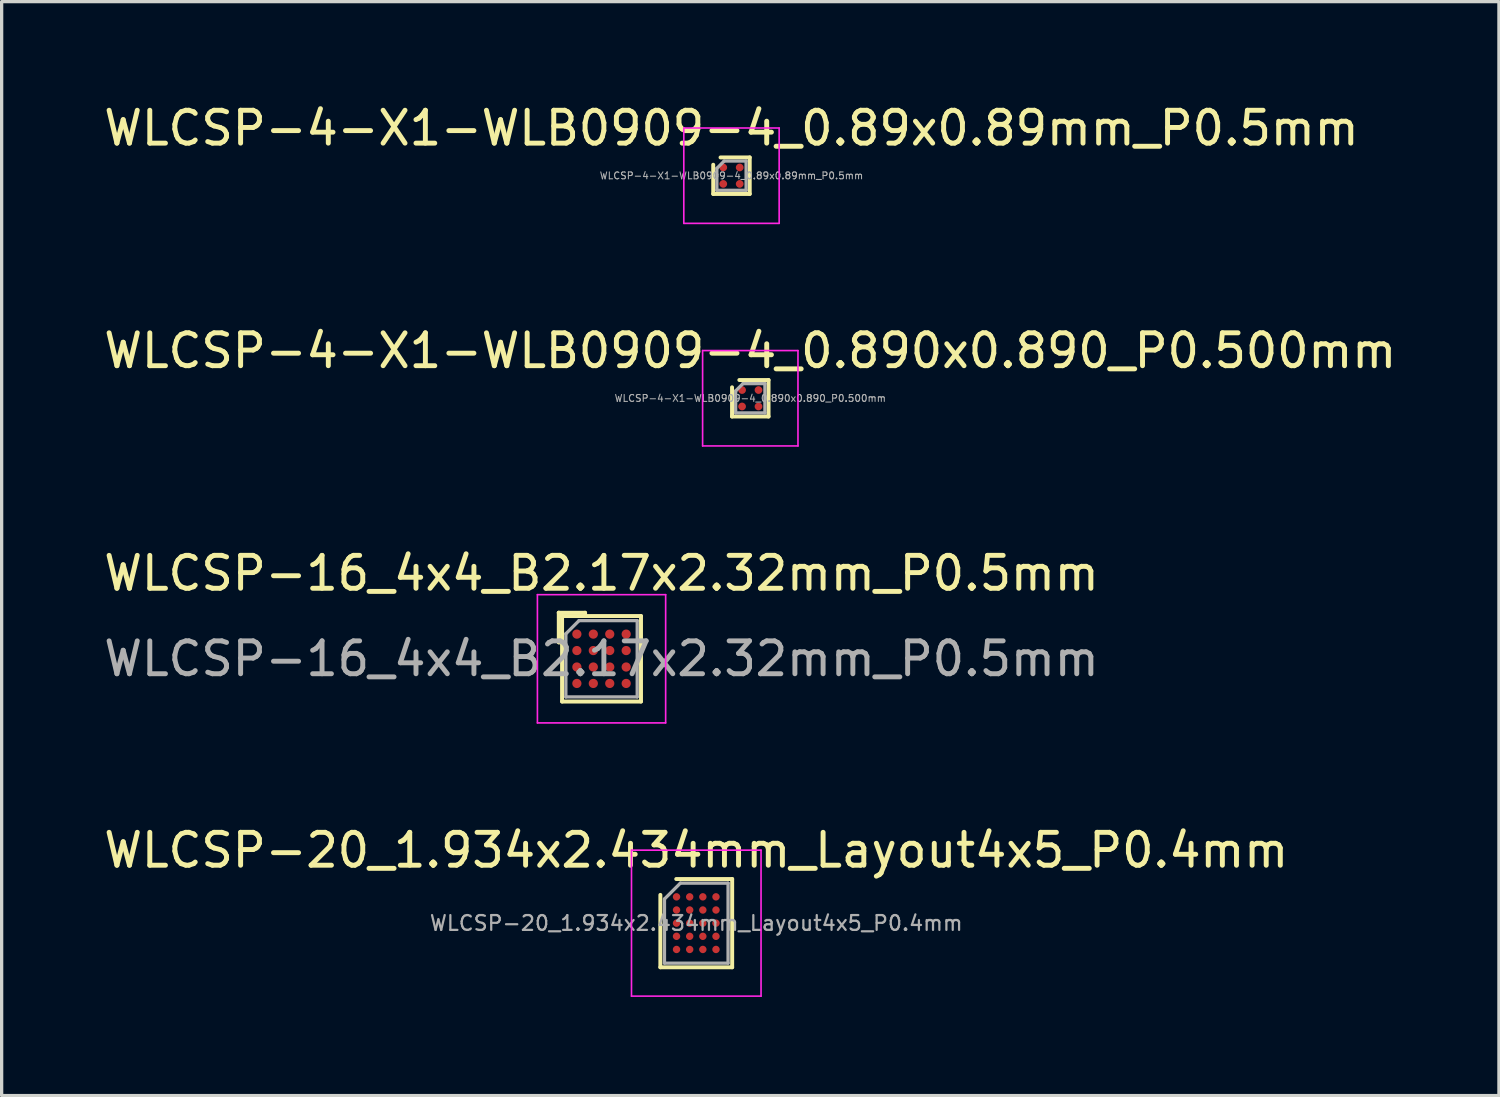
<source format=kicad_pcb>
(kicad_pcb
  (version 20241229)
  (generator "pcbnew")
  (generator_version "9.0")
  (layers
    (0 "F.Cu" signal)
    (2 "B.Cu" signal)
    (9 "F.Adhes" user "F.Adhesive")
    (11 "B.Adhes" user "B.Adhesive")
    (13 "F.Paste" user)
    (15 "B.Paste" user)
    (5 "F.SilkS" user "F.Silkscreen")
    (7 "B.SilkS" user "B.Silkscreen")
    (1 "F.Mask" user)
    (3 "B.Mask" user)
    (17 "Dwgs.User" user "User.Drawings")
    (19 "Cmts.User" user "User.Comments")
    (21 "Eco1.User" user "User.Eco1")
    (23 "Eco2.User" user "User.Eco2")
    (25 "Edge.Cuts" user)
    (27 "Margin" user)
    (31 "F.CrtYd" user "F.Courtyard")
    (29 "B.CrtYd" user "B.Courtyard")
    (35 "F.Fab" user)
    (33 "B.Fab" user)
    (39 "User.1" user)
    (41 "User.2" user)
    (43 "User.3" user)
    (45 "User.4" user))
  (footprint "WLCSP-4-X1-WLB0909-4_0.890x0.890_P0.500mm"
    (layer "F.Cu")
    (at 19.768 9.062)
    (property "Reference" "WLCSP-4-X1-WLB0909-4_0.890x0.890_P0.500mm" (at 0 -1.445 0) (layer "F.SilkS") (effects (font (size 1 1) (thickness 0.15))))
    (attr smd)
    (fp_line (start -0.555 0.555) (end -0.555 -0.333) (stroke (width 0.12) (type solid)) (layer "F.SilkS"))
    (fp_line (start -0.333 -0.555) (end 0.555 -0.555) (stroke (width 0.12) (type solid)) (layer "F.SilkS"))
    (fp_line (start 0.555 -0.555) (end 0.555 0.555) (stroke (width 0.12) (type solid)) (layer "F.SilkS"))
    (fp_line (start 0.555 0.555) (end -0.555 0.555) (stroke (width 0.12) (type solid)) (layer "F.SilkS"))
    (fp_line (start -1.45 -1.45) (end -1.45 1.45) (stroke (width 0.05) (type solid)) (layer "F.CrtYd"))
    (fp_line (start -1.45 1.45) (end 1.45 1.45) (stroke (width 0.05) (type solid)) (layer "F.CrtYd"))
    (fp_line (start 1.45 -1.45) (end -1.45 -1.45) (stroke (width 0.05) (type solid)) (layer "F.CrtYd"))
    (fp_line (start 1.45 1.45) (end 1.45 -1.45) (stroke (width 0.05) (type solid)) (layer "F.CrtYd"))
    (fp_line (start -0.445 -0.223) (end -0.223 -0.445) (stroke (width 0.1) (type solid)) (layer "F.Fab"))
    (fp_line (start -0.445 0.445) (end -0.445 -0.223) (stroke (width 0.1) (type solid)) (layer "F.Fab"))
    (fp_line (start -0.223 -0.445) (end 0.445 -0.445) (stroke (width 0.1) (type solid)) (layer "F.Fab"))
    (fp_line (start 0.445 -0.445) (end 0.445 0.445) (stroke (width 0.1) (type solid)) (layer "F.Fab"))
    (fp_line (start 0.445 0.445) (end -0.445 0.445) (stroke (width 0.1) (type solid)) (layer "F.Fab"))
    (fp_text user "${REFERENCE}" (at 0 0 0) (layer "F.Fab") (effects (font (size 0.21 0.21) (thickness 0.032))))
    (pad "A1" smd circle (at -0.25 -0.25) (size 0.235 0.235) (layers "F.Cu" "F.Mask" "F.Paste"))
    (pad "A2" smd circle (at 0.25 -0.25) (size 0.235 0.235) (layers "F.Cu" "F.Mask" "F.Paste"))
    (pad "B1" smd circle (at -0.25 0.25) (size 0.235 0.235) (layers "F.Cu" "F.Mask" "F.Paste"))
    (pad "B2" smd circle (at 0.25 0.25) (size 0.235 0.235) (layers "F.Cu" "F.Mask" "F.Paste")))
  (footprint "WLCSP-20_1.934x2.434mm_Layout4x5_P0.4mm"
    (layer "F.Cu")
    (at 18.125 25.025)
    (property "Reference" "WLCSP-20_1.934x2.434mm_Layout4x5_P0.4mm" (at 0 -2.217 0) (layer "F.SilkS") (effects (font (size 1 1) (thickness 0.15))))
    (attr smd)
    (fp_line (start -1.092 1.342) (end -1.092 -0.859) (stroke (width 0.12) (type solid)) (layer "F.SilkS"))
    (fp_line (start -0.609 -1.342) (end 1.092 -1.342) (stroke (width 0.12) (type solid)) (layer "F.SilkS"))
    (fp_line (start 1.092 -1.342) (end 1.092 1.342) (stroke (width 0.12) (type solid)) (layer "F.SilkS"))
    (fp_line (start 1.092 1.342) (end -1.092 1.342) (stroke (width 0.12) (type solid)) (layer "F.SilkS"))
    (fp_line (start -1.97 -2.22) (end -1.97 2.22) (stroke (width 0.05) (type solid)) (layer "F.CrtYd"))
    (fp_line (start -1.97 2.22) (end 1.97 2.22) (stroke (width 0.05) (type solid)) (layer "F.CrtYd"))
    (fp_line (start 1.97 -2.22) (end -1.97 -2.22) (stroke (width 0.05) (type solid)) (layer "F.CrtYd"))
    (fp_line (start 1.97 2.22) (end 1.97 -2.22) (stroke (width 0.05) (type solid)) (layer "F.CrtYd"))
    (fp_line (start -0.967 -0.734) (end -0.483 -1.217) (stroke (width 0.1) (type solid)) (layer "F.Fab"))
    (fp_line (start -0.967 1.217) (end -0.967 -0.734) (stroke (width 0.1) (type solid)) (layer "F.Fab"))
    (fp_line (start -0.483 -1.217) (end 0.967 -1.217) (stroke (width 0.1) (type solid)) (layer "F.Fab"))
    (fp_line (start 0.967 -1.217) (end 0.967 1.217) (stroke (width 0.1) (type solid)) (layer "F.Fab"))
    (fp_line (start 0.967 1.217) (end -0.967 1.217) (stroke (width 0.1) (type solid)) (layer "F.Fab"))
    (fp_text user "${REFERENCE}" (at 0 0 0) (layer "F.Fab") (effects (font (size 0.45 0.45) (thickness 0.068))))
    (pad "A1" smd circle (at -0.6 -0.8) (size 0.225 0.225) (layers "F.Cu" "F.Mask" "F.Paste"))
    (pad "A2" smd circle (at -0.2 -0.8) (size 0.225 0.225) (layers "F.Cu" "F.Mask" "F.Paste"))
    (pad "A3" smd circle (at 0.2 -0.8) (size 0.225 0.225) (layers "F.Cu" "F.Mask" "F.Paste"))
    (pad "A4" smd circle (at 0.6 -0.8) (size 0.225 0.225) (layers "F.Cu" "F.Mask" "F.Paste"))
    (pad "B1" smd circle (at -0.6 -0.4) (size 0.225 0.225) (layers "F.Cu" "F.Mask" "F.Paste"))
    (pad "B2" smd circle (at -0.2 -0.4) (size 0.225 0.225) (layers "F.Cu" "F.Mask" "F.Paste"))
    (pad "B3" smd circle (at 0.2 -0.4) (size 0.225 0.225) (layers "F.Cu" "F.Mask" "F.Paste"))
    (pad "B4" smd circle (at 0.6 -0.4) (size 0.225 0.225) (layers "F.Cu" "F.Mask" "F.Paste"))
    (pad "C1" smd circle (at -0.6 0) (size 0.225 0.225) (layers "F.Cu" "F.Mask" "F.Paste"))
    (pad "C2" smd circle (at -0.2 0) (size 0.225 0.225) (layers "F.Cu" "F.Mask" "F.Paste"))
    (pad "C3" smd circle (at 0.2 0) (size 0.225 0.225) (layers "F.Cu" "F.Mask" "F.Paste"))
    (pad "C4" smd circle (at 0.6 0) (size 0.225 0.225) (layers "F.Cu" "F.Mask" "F.Paste"))
    (pad "D1" smd circle (at -0.6 0.4) (size 0.225 0.225) (layers "F.Cu" "F.Mask" "F.Paste"))
    (pad "D2" smd circle (at -0.2 0.4) (size 0.225 0.225) (layers "F.Cu" "F.Mask" "F.Paste"))
    (pad "D3" smd circle (at 0.2 0.4) (size 0.225 0.225) (layers "F.Cu" "F.Mask" "F.Paste"))
    (pad "D4" smd circle (at 0.6 0.4) (size 0.225 0.225) (layers "F.Cu" "F.Mask" "F.Paste"))
    (pad "E1" smd circle (at -0.6 0.8) (size 0.225 0.225) (layers "F.Cu" "F.Mask" "F.Paste"))
    (pad "E2" smd circle (at -0.2 0.8) (size 0.225 0.225) (layers "F.Cu" "F.Mask" "F.Paste"))
    (pad "E3" smd circle (at 0.2 0.8) (size 0.225 0.225) (layers "F.Cu" "F.Mask" "F.Paste"))
    (pad "E4" smd circle (at 0.6 0.8) (size 0.225 0.225) (layers "F.Cu" "F.Mask" "F.Paste")))
  (footprint "WLCSP-4-X1-WLB0909-4_0.89x0.89mm_P0.5mm"
    (layer "F.Cu")
    (at 19.196 2.293)
    (property "Reference" "WLCSP-4-X1-WLB0909-4_0.89x0.89mm_P0.5mm" (at 0 -1.445 0) (layer "F.SilkS") (effects (font (size 1 1) (thickness 0.15))))
    (attr smd)
    (fp_line (start -0.555 0.555) (end -0.555 -0.333) (stroke (width 0.12) (type solid)) (layer "F.SilkS"))
    (fp_line (start -0.333 -0.555) (end 0.555 -0.555) (stroke (width 0.12) (type solid)) (layer "F.SilkS"))
    (fp_line (start 0.555 -0.555) (end 0.555 0.555) (stroke (width 0.12) (type solid)) (layer "F.SilkS"))
    (fp_line (start 0.555 0.555) (end -0.555 0.555) (stroke (width 0.12) (type solid)) (layer "F.SilkS"))
    (fp_line (start -1.45 -1.45) (end -1.45 1.45) (stroke (width 0.05) (type solid)) (layer "F.CrtYd"))
    (fp_line (start -1.45 1.45) (end 1.45 1.45) (stroke (width 0.05) (type solid)) (layer "F.CrtYd"))
    (fp_line (start 1.45 -1.45) (end -1.45 -1.45) (stroke (width 0.05) (type solid)) (layer "F.CrtYd"))
    (fp_line (start 1.45 1.45) (end 1.45 -1.45) (stroke (width 0.05) (type solid)) (layer "F.CrtYd"))
    (fp_line (start -0.445 -0.223) (end -0.223 -0.445) (stroke (width 0.1) (type solid)) (layer "F.Fab"))
    (fp_line (start -0.445 0.445) (end -0.445 -0.223) (stroke (width 0.1) (type solid)) (layer "F.Fab"))
    (fp_line (start -0.223 -0.445) (end 0.445 -0.445) (stroke (width 0.1) (type solid)) (layer "F.Fab"))
    (fp_line (start 0.445 -0.445) (end 0.445 0.445) (stroke (width 0.1) (type solid)) (layer "F.Fab"))
    (fp_line (start 0.445 0.445) (end -0.445 0.445) (stroke (width 0.1) (type solid)) (layer "F.Fab"))
    (fp_text user "${REFERENCE}" (at 0 0 0) (layer "F.Fab") (effects (font (size 0.21 0.21) (thickness 0.032))))
    (pad "A1" smd circle (at -0.25 -0.25) (size 0.235 0.235) (layers "F.Cu" "F.Mask" "F.Paste"))
    (pad "A2" smd circle (at 0.25 -0.25) (size 0.235 0.235) (layers "F.Cu" "F.Mask" "F.Paste"))
    (pad "B1" smd circle (at -0.25 0.25) (size 0.235 0.235) (layers "F.Cu" "F.Mask" "F.Paste"))
    (pad "B2" smd circle (at 0.25 0.25) (size 0.235 0.235) (layers "F.Cu" "F.Mask" "F.Paste")))
  (footprint "WLCSP-16_4x4_B2.17x2.32mm_P0.5mm"
    (layer "F.Cu")
    (at 15.244 16.985)
    (property "Reference" "WLCSP-16_4x4_B2.17x2.32mm_P0.5mm" (at 0 -2.6 0) (layer "F.SilkS") (effects (font (size 1 1) (thickness 0.15))))
    (attr smd)
    (fp_line (start -1.3 -1.4) (end -1.3 -0.5) (stroke (width 0.12) (type solid)) (layer "F.SilkS"))
    (fp_line (start -1.3 -0.5) (end -1.2 -0.5) (stroke (width 0.12) (type solid)) (layer "F.SilkS"))
    (fp_line (start -1.2 -1.3) (end -1.3 -1.4) (stroke (width 0.12) (type solid)) (layer "F.SilkS"))
    (fp_line (start -1.2 -1.3) (end 1.2 -1.3) (stroke (width 0.12) (type solid)) (layer "F.SilkS"))
    (fp_line (start -1.2 1.3) (end -1.2 -1.3) (stroke (width 0.12) (type solid)) (layer "F.SilkS"))
    (fp_line (start -0.5 -1.4) (end -1.3 -1.4) (stroke (width 0.12) (type solid)) (layer "F.SilkS"))
    (fp_line (start -0.5 -1.3) (end -0.5 -1.4) (stroke (width 0.12) (type solid)) (layer "F.SilkS"))
    (fp_line (start 1.2 -1.3) (end 1.2 1.3) (stroke (width 0.12) (type solid)) (layer "F.SilkS"))
    (fp_line (start 1.2 1.3) (end -1.2 1.3) (stroke (width 0.12) (type solid)) (layer "F.SilkS"))
    (fp_line (start -1.95 -1.95) (end -1.95 1.95) (stroke (width 0.05) (type solid)) (layer "F.CrtYd"))
    (fp_line (start -1.95 -1.95) (end 1.95 -1.95) (stroke (width 0.05) (type solid)) (layer "F.CrtYd"))
    (fp_line (start 1.95 1.95) (end -1.95 1.95) (stroke (width 0.05) (type solid)) (layer "F.CrtYd"))
    (fp_line (start 1.95 1.95) (end 1.95 -1.95) (stroke (width 0.05) (type solid)) (layer "F.CrtYd"))
    (fp_line (start -1.085 -0.76) (end -0.685 -1.16) (stroke (width 0.1) (type solid)) (layer "F.Fab"))
    (fp_line (start -1.085 1.16) (end -1.085 -0.76) (stroke (width 0.1) (type solid)) (layer "F.Fab"))
    (fp_line (start -0.685 -1.16) (end 1.085 -1.16) (stroke (width 0.1) (type solid)) (layer "F.Fab"))
    (fp_line (start 1.085 -1.16) (end 1.085 1.16) (stroke (width 0.1) (type solid)) (layer "F.Fab"))
    (fp_line (start 1.085 1.16) (end -1.085 1.16) (stroke (width 0.1) (type solid)) (layer "F.Fab"))
    (fp_text user "${REFERENCE}" (at 0 0 0) (layer "F.Fab") (effects (font (size 1 1) (thickness 0.15))))
    (pad "A1" smd circle (at -0.75 -0.75) (size 0.28 0.28) (layers "F.Cu" "F.Mask" "F.Paste"))
    (pad "A2" smd circle (at -0.25 -0.75) (size 0.28 0.28) (layers "F.Cu" "F.Mask" "F.Paste"))
    (pad "A3" smd circle (at 0.25 -0.75) (size 0.28 0.28) (layers "F.Cu" "F.Mask" "F.Paste"))
    (pad "A4" smd circle (at 0.75 -0.75) (size 0.28 0.28) (layers "F.Cu" "F.Mask" "F.Paste"))
    (pad "B1" smd circle (at -0.75 -0.25) (size 0.28 0.28) (layers "F.Cu" "F.Mask" "F.Paste"))
    (pad "B2" smd circle (at -0.25 -0.25) (size 0.28 0.28) (layers "F.Cu" "F.Mask" "F.Paste"))
    (pad "B3" smd circle (at 0.25 -0.25) (size 0.28 0.28) (layers "F.Cu" "F.Mask" "F.Paste"))
    (pad "B4" smd circle (at 0.75 -0.25) (size 0.28 0.28) (layers "F.Cu" "F.Mask" "F.Paste"))
    (pad "C1" smd circle (at -0.75 0.25) (size 0.28 0.28) (layers "F.Cu" "F.Mask" "F.Paste"))
    (pad "C2" smd circle (at -0.25 0.25) (size 0.28 0.28) (layers "F.Cu" "F.Mask" "F.Paste"))
    (pad "C3" smd circle (at 0.25 0.25) (size 0.28 0.28) (layers "F.Cu" "F.Mask" "F.Paste"))
    (pad "C4" smd circle (at 0.75 0.25) (size 0.28 0.28) (layers "F.Cu" "F.Mask" "F.Paste"))
    (pad "D1" smd circle (at -0.75 0.75) (size 0.28 0.28) (layers "F.Cu" "F.Mask" "F.Paste"))
    (pad "D2" smd circle (at -0.25 0.75) (size 0.28 0.28) (layers "F.Cu" "F.Mask" "F.Paste"))
    (pad "D3" smd circle (at 0.25 0.75) (size 0.28 0.28) (layers "F.Cu" "F.Mask" "F.Paste"))
    (pad "D4" smd circle (at 0.75 0.75) (size 0.28 0.28) (layers "F.Cu" "F.Mask" "F.Paste")))
  (gr_rect
    (start -3 -3)
    (end 42.536 30.27)
    (stroke (width 0.1) (type default))
    (fill no)
    (layer "Edge.Cuts")))
</source>
